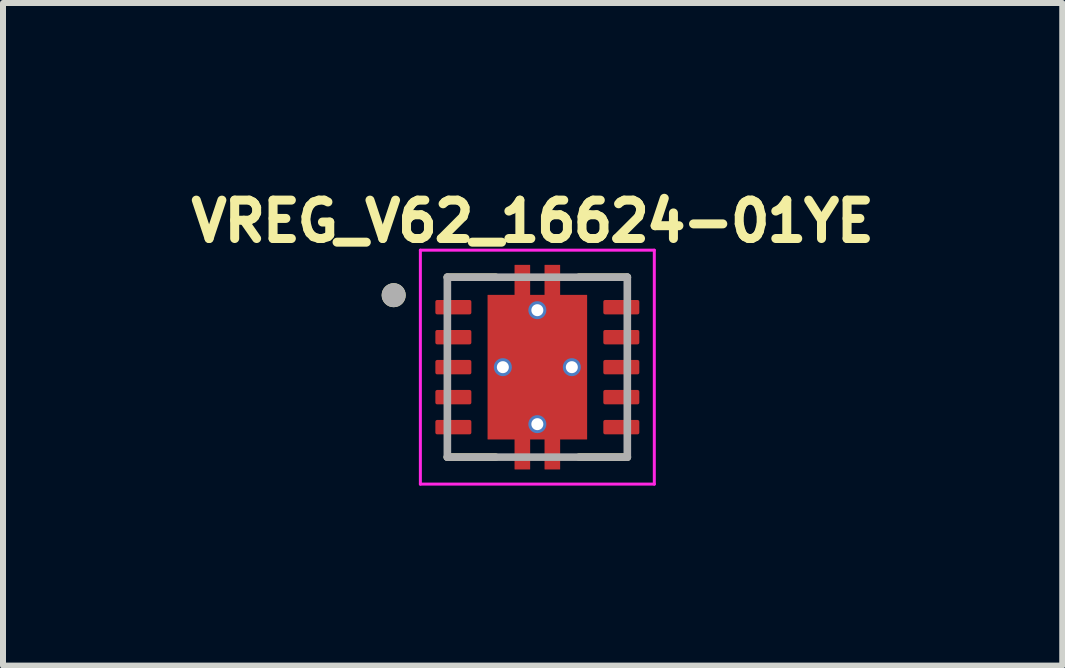
<source format=kicad_pcb>
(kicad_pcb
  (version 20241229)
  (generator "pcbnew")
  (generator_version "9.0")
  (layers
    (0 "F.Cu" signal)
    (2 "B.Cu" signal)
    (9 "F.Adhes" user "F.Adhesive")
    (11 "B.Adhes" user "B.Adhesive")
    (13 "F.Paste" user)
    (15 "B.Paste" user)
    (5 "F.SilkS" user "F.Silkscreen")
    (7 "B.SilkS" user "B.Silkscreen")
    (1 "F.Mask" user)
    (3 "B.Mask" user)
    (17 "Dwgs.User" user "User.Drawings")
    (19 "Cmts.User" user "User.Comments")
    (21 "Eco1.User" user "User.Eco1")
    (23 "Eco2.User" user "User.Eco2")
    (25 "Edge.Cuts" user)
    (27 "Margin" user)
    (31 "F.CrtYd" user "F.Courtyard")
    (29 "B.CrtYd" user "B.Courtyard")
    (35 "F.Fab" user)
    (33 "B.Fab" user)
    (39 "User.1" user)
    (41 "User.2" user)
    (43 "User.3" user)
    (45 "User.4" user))
  (footprint "VREG_V62_16624-01YE"
    (layer "F.Cu")
    (at 5.908 3.071)
    (property "Reference" "VREG_V62_16624-01YE" (at -0.078 -2.433 0) (layer "F.SilkS") (effects (font (size 0.64 0.64) (thickness 0.15))))
    (attr smd)
    (fp_poly (pts (xy -1.77 -1.19) (xy -1.03 -1.19) (xy -1.03 -0.81) (xy -1.77 -0.81)) (stroke (width 0.01) (type solid)) (fill yes) (layer "F.Mask"))
    (fp_poly (pts (xy -1.77 -0.69) (xy -1.03 -0.69) (xy -1.03 -0.31) (xy -1.77 -0.31)) (stroke (width 0.01) (type solid)) (fill yes) (layer "F.Mask"))
    (fp_poly (pts (xy -1.77 -0.19) (xy -1.03 -0.19) (xy -1.03 0.19) (xy -1.77 0.19)) (stroke (width 0.01) (type solid)) (fill yes) (layer "F.Mask"))
    (fp_poly (pts (xy -1.77 0.31) (xy -1.03 0.31) (xy -1.03 0.69) (xy -1.77 0.69)) (stroke (width 0.01) (type solid)) (fill yes) (layer "F.Mask"))
    (fp_poly (pts (xy -1.77 0.81) (xy -1.03 0.81) (xy -1.03 1.19) (xy -1.77 1.19)) (stroke (width 0.01) (type solid)) (fill yes) (layer "F.Mask"))
    (fp_poly (pts (xy 1.03 -1.19) (xy 1.77 -1.19) (xy 1.77 -0.81) (xy 1.03 -0.81)) (stroke (width 0.01) (type solid)) (fill yes) (layer "F.Mask"))
    (fp_poly (pts (xy 1.03 -0.69) (xy 1.77 -0.69) (xy 1.77 -0.31) (xy 1.03 -0.31)) (stroke (width 0.01) (type solid)) (fill yes) (layer "F.Mask"))
    (fp_poly (pts (xy 1.03 -0.19) (xy 1.77 -0.19) (xy 1.77 0.19) (xy 1.03 0.19)) (stroke (width 0.01) (type solid)) (fill yes) (layer "F.Mask"))
    (fp_poly (pts (xy 1.03 0.31) (xy 1.77 0.31) (xy 1.77 0.69) (xy 1.03 0.69)) (stroke (width 0.01) (type solid)) (fill yes) (layer "F.Mask"))
    (fp_poly (pts (xy 1.03 0.81) (xy 1.77 0.81) (xy 1.77 1.19) (xy 1.03 1.19)) (stroke (width 0.01) (type solid)) (fill yes) (layer "F.Mask"))
    (fp_poly (pts (xy -0.895 -1.27) (xy -0.445 -1.27) (xy -0.445 -1.77) (xy -0.055 -1.77) (xy -0.055 -1.27) (xy 0.055 -1.27) (xy 0.055 -1.77) (xy 0.445 -1.77) (xy 0.445 -1.27) (xy 0.895 -1.27) (xy 0.895 1.27) (xy 0.445 1.27) (xy 0.445 1.77) (xy 0.055 1.77) (xy 0.055 1.27) (xy -0.055 1.27) (xy -0.055 1.77) (xy -0.445 1.77) (xy -0.445 1.27) (xy -0.895 1.27)) (stroke (width 0.01) (type solid)) (fill yes) (layer "F.Mask"))
    (fp_line (start -1.5 -1.5) (end -0.695 -1.5) (stroke (width 0.127) (type solid)) (layer "F.SilkS"))
    (fp_line (start -1.5 1.5) (end -0.695 1.5) (stroke (width 0.127) (type solid)) (layer "F.SilkS"))
    (fp_line (start 0.695 -1.5) (end 1.5 -1.5) (stroke (width 0.127) (type solid)) (layer "F.SilkS"))
    (fp_line (start 0.695 1.5) (end 1.5 1.5) (stroke (width 0.127) (type solid)) (layer "F.SilkS"))
    (fp_circle (center -2.395 -1.2) (end -2.295 -1.2) (stroke (width 0.2) (type solid)) (fill no) (layer "F.SilkS"))
    (fp_poly (pts (xy -0.75 -1.16) (xy 0.75 -1.16) (xy 0.75 -0.1) (xy -0.75 -0.1)) (stroke (width 0.01) (type solid)) (fill yes) (layer "F.Paste"))
    (fp_poly (pts (xy -0.75 0.1) (xy 0.75 0.1) (xy 0.75 1.16) (xy -0.75 1.16)) (stroke (width 0.01) (type solid)) (fill yes) (layer "F.Paste"))
    (fp_poly (pts (xy -0.375 -1.7) (xy -0.125 -1.7) (xy -0.125 -1.36) (xy -0.375 -1.36)) (stroke (width 0.01) (type solid)) (fill yes) (layer "F.Paste"))
    (fp_poly (pts (xy -0.375 1.36) (xy -0.125 1.36) (xy -0.125 1.7) (xy -0.375 1.7)) (stroke (width 0.01) (type solid)) (fill yes) (layer "F.Paste"))
    (fp_poly (pts (xy 0.125 -1.7) (xy 0.375 -1.7) (xy 0.375 -1.36) (xy 0.125 -1.36)) (stroke (width 0.01) (type solid)) (fill yes) (layer "F.Paste"))
    (fp_poly (pts (xy 0.125 1.36) (xy 0.375 1.36) (xy 0.375 1.7) (xy 0.125 1.7)) (stroke (width 0.01) (type solid)) (fill yes) (layer "F.Paste"))
    (fp_line (start -1.95 -1.95) (end -1.95 1.95) (stroke (width 0.05) (type solid)) (layer "F.CrtYd"))
    (fp_line (start -1.95 -1.95) (end 1.95 -1.95) (stroke (width 0.05) (type solid)) (layer "F.CrtYd"))
    (fp_line (start -1.95 1.95) (end 1.95 1.95) (stroke (width 0.05) (type solid)) (layer "F.CrtYd"))
    (fp_line (start 1.95 -1.95) (end 1.95 1.95) (stroke (width 0.05) (type solid)) (layer "F.CrtYd"))
    (fp_line (start -1.5 -1.5) (end -1.5 1.5) (stroke (width 0.127) (type solid)) (layer "F.Fab"))
    (fp_line (start -1.5 -1.5) (end 1.5 -1.5) (stroke (width 0.127) (type solid)) (layer "F.Fab"))
    (fp_line (start -1.5 1.5) (end 1.5 1.5) (stroke (width 0.127) (type solid)) (layer "F.Fab"))
    (fp_line (start 1.5 -1.5) (end 1.5 1.5) (stroke (width 0.127) (type solid)) (layer "F.Fab"))
    (fp_circle (center -2.395 -1.2) (end -2.295 -1.2) (stroke (width 0.2) (type solid)) (fill no) (layer "F.Fab"))
    (pad "1" smd roundrect (at -1.4 -1) (size 0.6 0.24) (layers "F.Cu" "F.Paste") (roundrect_rratio 0.125))
    (pad "2" smd roundrect (at -1.4 -0.5) (size 0.6 0.24) (layers "F.Cu" "F.Paste") (roundrect_rratio 0.125))
    (pad "3" smd roundrect (at -1.4 0) (size 0.6 0.24) (layers "F.Cu" "F.Paste") (roundrect_rratio 0.125))
    (pad "4" smd roundrect (at -1.4 0.5) (size 0.6 0.24) (layers "F.Cu" "F.Paste") (roundrect_rratio 0.125))
    (pad "5" smd roundrect (at -1.4 1) (size 0.6 0.24) (layers "F.Cu" "F.Paste") (roundrect_rratio 0.125))
    (pad "6" smd roundrect (at 1.4 1) (size 0.6 0.24) (layers "F.Cu" "F.Paste") (roundrect_rratio 0.125))
    (pad "7" smd roundrect (at 1.4 0.5) (size 0.6 0.24) (layers "F.Cu" "F.Paste") (roundrect_rratio 0.125))
    (pad "8" smd roundrect (at 1.4 0) (size 0.6 0.24) (layers "F.Cu" "F.Paste") (roundrect_rratio 0.125))
    (pad "9" smd roundrect (at 1.4 -0.5) (size 0.6 0.24) (layers "F.Cu" "F.Paste") (roundrect_rratio 0.125))
    (pad "10" smd roundrect (at 1.4 -1) (size 0.6 0.24) (layers "F.Cu" "F.Paste") (roundrect_rratio 0.125))
    (pad "11" smd custom (at 0 0) (size 1.65 2.4) (layers "F.Cu") (options (anchor rect)) (primitives (gr_poly (pts (xy -0.825 -1.2) (xy -0.375 -1.2) (xy -0.375 -1.7) (xy -0.125 -1.7) (xy -0.125 -1.2) (xy 0.125 -1.2) (xy 0.125 -1.7) (xy 0.375 -1.7) (xy 0.375 -1.2) (xy 0.825 -1.2) (xy 0.825 1.2) (xy 0.375 1.2) (xy 0.375 1.7) (xy 0.125 1.7) (xy 0.125 1.2) (xy -0.125 1.2) (xy -0.125 1.7) (xy -0.375 1.7) (xy -0.375 1.2) (xy -0.825 1.2)) (width 0.01) (fill yes))))
    (pad "12" thru_hole circle (at 0 0.95) (size 0.3 0.3) (drill 0.2) (layers "*.Cu"))
    (pad "13" thru_hole circle (at -0.575 0) (size 0.3 0.3) (drill 0.2) (layers "*.Cu"))
    (pad "14" thru_hole circle (at 0.575 0) (size 0.3 0.3) (drill 0.2) (layers "*.Cu"))
    (pad "15" thru_hole circle (at 0 -0.95) (size 0.3 0.3) (drill 0.2) (layers "*.Cu")))
  (gr_rect
    (start -3 -3)
    (end 14.659 8.046)
    (stroke (width 0.1) (type default))
    (fill no)
    (layer "Edge.Cuts")))
</source>
